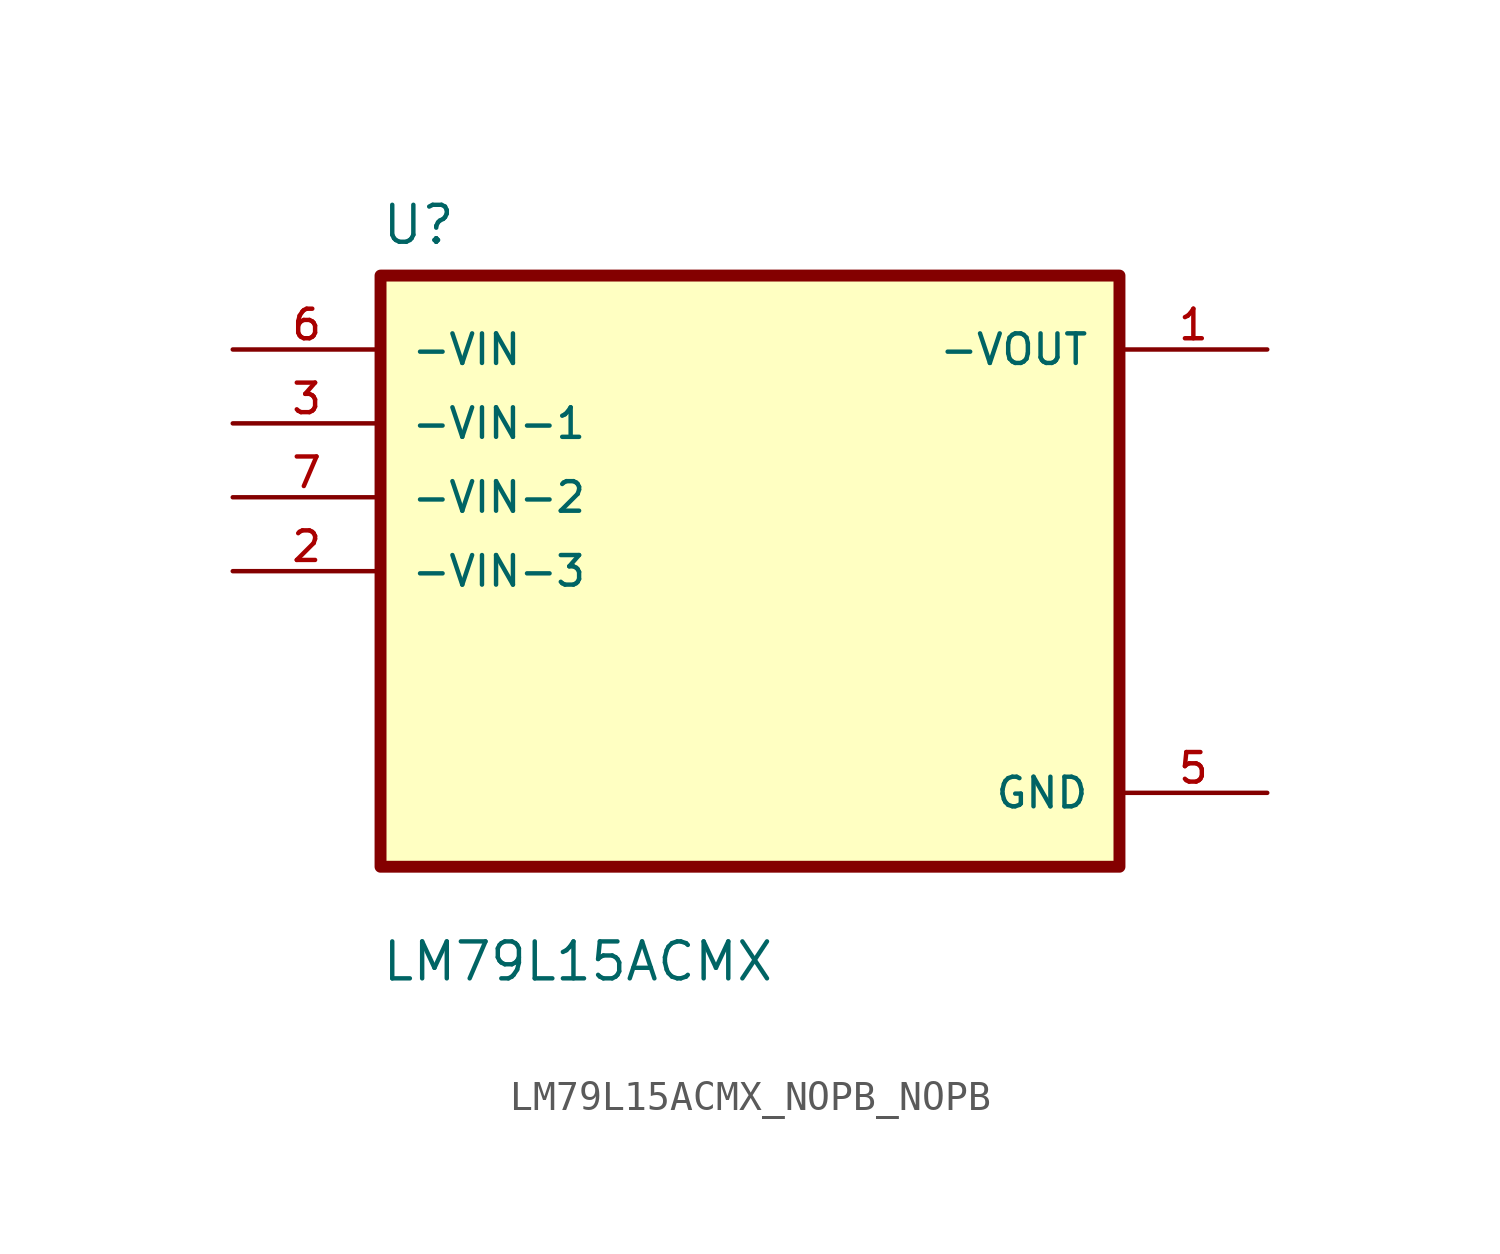
<source format=kicad_sym>
(kicad_symbol_lib
  (version 20241209)
  (generator "kicad_symbol_editor")
  (generator_version "9.0")
  (symbol "LM79L15ACMX_NOPB_NOPB"
    (pin_names
      (offset 1.016))
    (property "Reference" "U"
      (at -12.7 11.16 0)
      (effects (font (size 1.27 1.27)) (justify left bottom)))
    (property "Value" "LM79L15ACMX"
      (at -12.7 -14.16 0)
      (effects (font (size 1.27 1.27)) (justify left bottom)))
    (symbol "LM79L15ACMX_NOPB_NOPB_0_0"
      (rectangle (start -12.7 -10.16) (end 12.7 10.16) (stroke (width 0.41) (type default)) (fill (type background)))
      (pin input line (at -17.78 7.62 0) (length 5.08) (name "-VIN" (effects (font (size 1.016 1.016)))) (number "6" (effects (font (size 1.016 1.016)))))
      (pin input line (at -17.78 5.08 0) (length 5.08) (name "-VIN-1" (effects (font (size 1.016 1.016)))) (number "3" (effects (font (size 1.016 1.016)))))
      (pin input line (at -17.78 2.54 0) (length 5.08) (name "-VIN-2" (effects (font (size 1.016 1.016)))) (number "7" (effects (font (size 1.016 1.016)))))
      (pin input line (at -17.78 0 0) (length 5.08) (name "-VIN-3" (effects (font (size 1.016 1.016)))) (number "2" (effects (font (size 1.016 1.016)))))
      (pin output line (at 17.78 7.62 180) (length 5.08) (name "-VOUT" (effects (font (size 1.016 1.016)))) (number "1" (effects (font (size 1.016 1.016)))))
      (pin power_in line (at 17.78 -7.62 180) (length 5.08) (name "GND" (effects (font (size 1.016 1.016)))) (number "5" (effects (font (size 1.016 1.016))))))))
</source>
